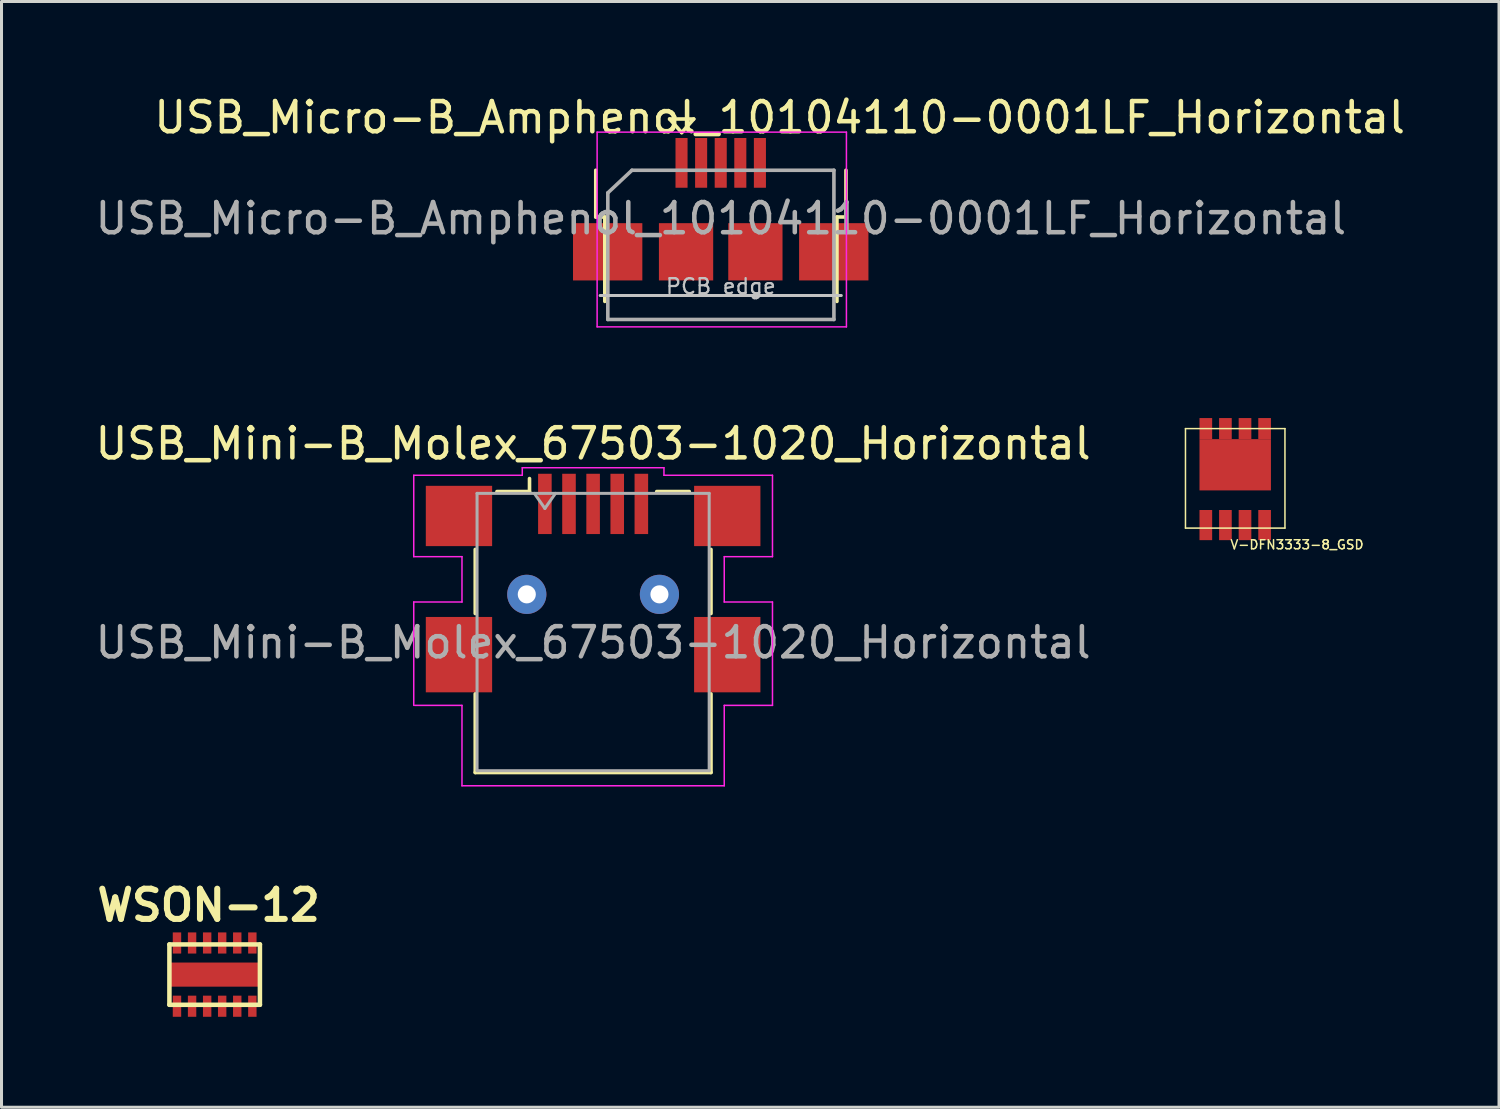
<source format=kicad_pcb>
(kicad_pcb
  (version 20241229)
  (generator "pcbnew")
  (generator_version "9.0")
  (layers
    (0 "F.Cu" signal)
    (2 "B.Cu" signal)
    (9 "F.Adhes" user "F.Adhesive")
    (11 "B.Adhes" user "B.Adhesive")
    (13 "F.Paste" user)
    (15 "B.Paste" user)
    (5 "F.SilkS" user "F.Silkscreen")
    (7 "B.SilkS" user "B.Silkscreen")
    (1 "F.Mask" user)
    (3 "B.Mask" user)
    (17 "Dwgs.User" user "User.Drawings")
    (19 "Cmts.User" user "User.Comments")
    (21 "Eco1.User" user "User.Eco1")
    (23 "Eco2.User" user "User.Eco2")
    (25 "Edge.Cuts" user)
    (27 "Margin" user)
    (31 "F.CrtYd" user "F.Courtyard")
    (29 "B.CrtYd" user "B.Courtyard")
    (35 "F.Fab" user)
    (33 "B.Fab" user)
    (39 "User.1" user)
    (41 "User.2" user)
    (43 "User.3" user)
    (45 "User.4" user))
  (footprint "V-DFN3333-8_GSD"
    (layer "F.Cu")
    (at 37.925 12.818)
    (property "Reference" "V-DFN3333-8_GSD" (at 2.05 2.2 0) (layer "F.SilkS") (effects (font (size 0.3 0.3) (thickness 0.05))))
    (attr through_hole)
    (fp_line (start -1.65 -1.65) (end 1.65 -1.65) (stroke (width 0.05) (type solid)) (layer "F.SilkS"))
    (fp_line (start -1.65 1.65) (end -1.65 -1.65) (stroke (width 0.05) (type solid)) (layer "F.SilkS"))
    (fp_line (start 1.65 -1.65) (end 1.65 1.65) (stroke (width 0.05) (type solid)) (layer "F.SilkS"))
    (fp_line (start 1.65 1.65) (end -1.65 1.65) (stroke (width 0.05) (type solid)) (layer "F.SilkS"))
    (pad "1" smd rect (at 0.975 1.55) (size 0.42 1) (layers "F.Cu" "F.Mask" "F.Paste"))
    (pad "2" smd rect (at -0.975 1.55) (size 0.42 1) (layers "F.Cu" "F.Mask" "F.Paste"))
    (pad "2" smd rect (at -0.325 1.55) (size 0.42 1) (layers "F.Cu" "F.Mask" "F.Paste"))
    (pad "2" smd rect (at 0.325 1.55) (size 0.42 1) (layers "F.Cu" "F.Mask" "F.Paste"))
    (pad "3" smd rect (at -0.975 -1.65) (size 0.42 0.7) (layers "F.Cu" "F.Mask" "F.Paste"))
    (pad "3" smd rect (at -0.325 -1.65) (size 0.42 0.7) (layers "F.Cu" "F.Mask" "F.Paste"))
    (pad "3" smd rect (at 0 -0.45) (size 2.37 1.7) (layers "F.Cu" "F.Mask" "F.Paste"))
    (pad "3" smd rect (at 0.325 -1.65) (size 0.42 0.7) (layers "F.Cu" "F.Mask" "F.Paste"))
    (pad "3" smd rect (at 0.975 -1.65) (size 0.42 0.7) (layers "F.Cu" "F.Mask" "F.Paste")))
  (footprint "WSON-12"
    (layer "F.Cu")
    (at 4.071 29.28)
    (property "Reference" "WSON-12" (at -0.201 -2.301 0) (layer "F.SilkS") (effects (font (size 1.001 1.001) (thickness 0.201))))
    (attr through_hole)
    (fp_line (start -1.501 -1.001) (end 1.501 -1.001) (stroke (width 0.15) (type solid)) (layer "F.SilkS"))
    (fp_line (start -1.501 1.001) (end -1.501 -1.001) (stroke (width 0.15) (type solid)) (layer "F.SilkS"))
    (fp_line (start 1.501 -1.001) (end 1.501 1.001) (stroke (width 0.15) (type solid)) (layer "F.SilkS"))
    (fp_line (start 1.501 1.001) (end -1.501 1.001) (stroke (width 0.15) (type solid)) (layer "F.SilkS"))
    (pad "1" smd rect (at -1.25 1.049) (size 0.279 0.701) (layers "F.Cu" "F.Mask" "F.Paste"))
    (pad "2" smd rect (at -0.749 1.049) (size 0.279 0.701) (layers "F.Cu" "F.Mask" "F.Paste"))
    (pad "3" smd rect (at -0.249 1.049) (size 0.279 0.701) (layers "F.Cu" "F.Mask" "F.Paste"))
    (pad "4" smd rect (at 0.249 1.049) (size 0.279 0.701) (layers "F.Cu" "F.Mask" "F.Paste"))
    (pad "5" smd rect (at 0.749 1.049) (size 0.279 0.701) (layers "F.Cu" "F.Mask" "F.Paste"))
    (pad "6" smd rect (at 0 0) (size 3.099 0.8) (layers "F.Cu" "F.Mask" "F.Paste"))
    (pad "6" smd rect (at 1.25 1.049) (size 0.279 0.701) (layers "F.Cu" "F.Mask" "F.Paste"))
    (pad "7" smd rect (at 1.25 -1.049) (size 0.279 0.701) (layers "F.Cu" "F.Mask" "F.Paste"))
    (pad "8" smd rect (at 0.749 -1.049) (size 0.279 0.701) (layers "F.Cu" "F.Mask" "F.Paste"))
    (pad "9" smd rect (at 0.249 -1.049) (size 0.279 0.701) (layers "F.Cu" "F.Mask" "F.Paste"))
    (pad "10" smd rect (at -0.249 -1.049) (size 0.279 0.701) (layers "F.Cu" "F.Mask" "F.Paste"))
    (pad "11" smd rect (at -0.749 -1.049) (size 0.279 0.701) (layers "F.Cu" "F.Mask" "F.Paste"))
    (pad "12" smd rect (at -1.25 -1.049) (size 0.279 0.701) (layers "F.Cu" "F.Mask" "F.Paste")))
  (footprint "USB_Mini-B_Molex_67503-1020_Horizontal"
    (layer "F.Cu")
    (at 16.625 16.666)
    (property "Reference" "USB_Mini-B_Molex_67503-1020_Horizontal" (at 0 -5 0) (layer "F.SilkS") (effects (font (size 1 1) (thickness 0.15))))
    (attr smd)
    (fp_line (start -3.91 0.635) (end -3.91 -1.49) (stroke (width 0.12) (type solid)) (layer "F.SilkS"))
    (fp_line (start -3.91 5.91) (end -3.91 3.302) (stroke (width 0.12) (type solid)) (layer "F.SilkS"))
    (fp_line (start -3.19 -3.41) (end -2.11 -3.41) (stroke (width 0.12) (type solid)) (layer "F.SilkS"))
    (fp_line (start -2.11 -3.41) (end -2.11 -3.84) (stroke (width 0.12) (type solid)) (layer "F.SilkS"))
    (fp_line (start 2.11 -3.41) (end 3.19 -3.41) (stroke (width 0.12) (type solid)) (layer "F.SilkS"))
    (fp_line (start 3.91 0.635) (end 3.91 -1.49) (stroke (width 0.12) (type solid)) (layer "F.SilkS"))
    (fp_line (start 3.91 5.91) (end -3.91 5.91) (stroke (width 0.12) (type solid)) (layer "F.SilkS"))
    (fp_line (start 3.91 5.91) (end 3.91 3.302) (stroke (width 0.12) (type solid)) (layer "F.SilkS"))
    (fp_line (start -5.95 -3.95) (end -5.95 -1.25) (stroke (width 0.05) (type solid)) (layer "F.CrtYd"))
    (fp_line (start -5.95 -3.95) (end -2.35 -3.95) (stroke (width 0.05) (type solid)) (layer "F.CrtYd"))
    (fp_line (start -5.95 0.254) (end -5.95 3.683) (stroke (width 0.05) (type solid)) (layer "F.CrtYd"))
    (fp_line (start -4.35 -1.25) (end -5.95 -1.25) (stroke (width 0.05) (type solid)) (layer "F.CrtYd"))
    (fp_line (start -4.35 -1.25) (end -4.35 0.254) (stroke (width 0.05) (type solid)) (layer "F.CrtYd"))
    (fp_line (start -4.35 0.254) (end -5.95 0.254) (stroke (width 0.05) (type solid)) (layer "F.CrtYd"))
    (fp_line (start -4.35 3.683) (end -5.918 3.683) (stroke (width 0.05) (type solid)) (layer "F.CrtYd"))
    (fp_line (start -4.35 6.35) (end -4.35 3.683) (stroke (width 0.05) (type solid)) (layer "F.CrtYd"))
    (fp_line (start -4.35 6.35) (end 4.35 6.35) (stroke (width 0.05) (type solid)) (layer "F.CrtYd"))
    (fp_line (start -2.35 -3.95) (end -2.35 -4.2) (stroke (width 0.05) (type solid)) (layer "F.CrtYd"))
    (fp_line (start 2.35 -4.2) (end -2.35 -4.2) (stroke (width 0.05) (type solid)) (layer "F.CrtYd"))
    (fp_line (start 2.35 -3.95) (end 2.35 -4.2) (stroke (width 0.05) (type solid)) (layer "F.CrtYd"))
    (fp_line (start 4.35 -1.25) (end 4.35 0.254) (stroke (width 0.05) (type solid)) (layer "F.CrtYd"))
    (fp_line (start 4.35 -1.25) (end 5.95 -1.25) (stroke (width 0.05) (type solid)) (layer "F.CrtYd"))
    (fp_line (start 4.35 0.254) (end 5.95 0.254) (stroke (width 0.05) (type solid)) (layer "F.CrtYd"))
    (fp_line (start 4.35 3.683) (end 5.95 3.683) (stroke (width 0.05) (type solid)) (layer "F.CrtYd"))
    (fp_line (start 4.35 6.35) (end 4.35 3.683) (stroke (width 0.05) (type solid)) (layer "F.CrtYd"))
    (fp_line (start 5.95 -3.95) (end 2.35 -3.95) (stroke (width 0.05) (type solid)) (layer "F.CrtYd"))
    (fp_line (start 5.95 -3.95) (end 5.95 -1.25) (stroke (width 0.05) (type solid)) (layer "F.CrtYd"))
    (fp_line (start 5.95 0.254) (end 5.95 3.683) (stroke (width 0.05) (type solid)) (layer "F.CrtYd"))
    (fp_line (start -3.85 -3.35) (end -3.85 5.85) (stroke (width 0.1) (type solid)) (layer "F.Fab"))
    (fp_line (start -3.85 -3.35) (end 3.85 -3.35) (stroke (width 0.1) (type solid)) (layer "F.Fab"))
    (fp_line (start -3.85 5.85) (end 3.85 5.85) (stroke (width 0.1) (type solid)) (layer "F.Fab"))
    (fp_line (start -1.95 -3.35) (end -1.6 -2.85) (stroke (width 0.1) (type solid)) (layer "F.Fab"))
    (fp_line (start -1.6 -2.85) (end -1.25 -3.35) (stroke (width 0.1) (type solid)) (layer "F.Fab"))
    (fp_line (start 3.85 5.85) (end 3.85 -3.35) (stroke (width 0.1) (type solid)) (layer "F.Fab"))
    (fp_text user "${REFERENCE}" (at 0 1.6 180) (layer "F.Fab") (effects (font (size 1 1) (thickness 0.15))))
    (pad "" thru_hole circle (at -2.2 0) (size 1.3 1.3) (drill 0.6) (layers "*.Cu" "*.Mask"))
    (pad "" thru_hole circle (at 2.2 0) (size 1.3 1.3) (drill 0.6) (layers "*.Cu" "*.Mask"))
    (pad "1" smd rect (at -1.6 -3) (size 0.45 2) (layers "F.Cu" "F.Mask" "F.Paste"))
    (pad "2" smd rect (at -0.8 -3) (size 0.45 2) (layers "F.Cu" "F.Mask" "F.Paste"))
    (pad "3" smd rect (at 0 -3) (size 0.45 2) (layers "F.Cu" "F.Mask" "F.Paste"))
    (pad "4" smd rect (at 0.8 -3) (size 0.45 2) (layers "F.Cu" "F.Mask" "F.Paste"))
    (pad "5" smd rect (at 1.6 -3) (size 0.45 2) (layers "F.Cu" "F.Mask" "F.Paste"))
    (pad "6" smd rect (at -4.45 -2.6) (size 2.2 2) (layers "F.Cu" "F.Mask" "F.Paste"))
    (pad "6" smd rect (at -4.45 2) (size 2.2 2.5) (layers "F.Cu" "F.Mask" "F.Paste"))
    (pad "6" smd rect (at 4.45 -2.6) (size 2.2 2) (layers "F.Cu" "F.Mask" "F.Paste"))
    (pad "6" smd rect (at 4.45 2) (size 2.2 2.5) (layers "F.Cu" "F.Mask" "F.Paste")))
  (footprint "USB_Micro-B_Amphenol_10104110-0001LF_Horizontal"
    (layer "F.Cu")
    (at 20.858 1.753)
    (property "Reference" "USB_Micro-B_Amphenol_10104110-0001LF_Horizontal" (at 1.955 -0.905 0) (layer "F.SilkS") (effects (font (size 1 1) (thickness 0.15))))
    (attr smd)
    (fp_line (start -4.145 2.395) (end -4.145 0.845) (stroke (width 0.12) (type solid)) (layer "F.SilkS"))
    (fp_line (start -4.145 2.395) (end -3.845 2.395) (stroke (width 0.12) (type solid)) (layer "F.SilkS"))
    (fp_line (start -3.845 5.195) (end -3.845 2.395) (stroke (width 0.12) (type solid)) (layer "F.SilkS"))
    (fp_line (start -1.695 -0.855) (end -0.895 -0.855) (stroke (width 0.12) (type solid)) (layer "F.SilkS"))
    (fp_line (start -1.295 -0.405) (end -1.695 -0.855) (stroke (width 0.12) (type solid)) (layer "F.SilkS"))
    (fp_line (start -0.895 -0.855) (end -1.295 -0.405) (stroke (width 0.12) (type solid)) (layer "F.SilkS"))
    (fp_line (start 3.855 2.395) (end 4.155 2.395) (stroke (width 0.12) (type solid)) (layer "F.SilkS"))
    (fp_line (start 3.855 5.195) (end 3.855 2.395) (stroke (width 0.12) (type solid)) (layer "F.SilkS"))
    (fp_line (start 4.155 2.395) (end 4.155 0.845) (stroke (width 0.12) (type solid)) (layer "F.SilkS"))
    (fp_line (start -4 5) (end 4 5) (stroke (width 0.1) (type solid)) (layer "Dwgs.User"))
    (fp_line (start -4.1 -0.42) (end -4.1 6.04) (stroke (width 0.05) (type solid)) (layer "F.CrtYd"))
    (fp_line (start -4.1 -0.42) (end 4.17 -0.42) (stroke (width 0.05) (type solid)) (layer "F.CrtYd"))
    (fp_line (start 4.17 6.04) (end -4.1 6.04) (stroke (width 0.05) (type solid)) (layer "F.CrtYd"))
    (fp_line (start 4.17 6.04) (end 4.17 -0.42) (stroke (width 0.05) (type solid)) (layer "F.CrtYd"))
    (fp_line (start -3.745 1.595) (end -2.945 0.845) (stroke (width 0.12) (type solid)) (layer "F.Fab"))
    (fp_line (start -3.745 5.795) (end -3.745 1.595) (stroke (width 0.12) (type solid)) (layer "F.Fab"))
    (fp_line (start -2.945 0.845) (end 3.755 0.845) (stroke (width 0.12) (type solid)) (layer "F.Fab"))
    (fp_line (start 3.755 0.845) (end 3.755 5.795) (stroke (width 0.12) (type solid)) (layer "F.Fab"))
    (fp_line (start 3.755 5.795) (end -3.745 5.795) (stroke (width 0.12) (type solid)) (layer "F.Fab"))
    (fp_text user "PCB edge" (at 0.005 4.695 0) (layer "Dwgs.User") (effects (font (size 0.5 0.5) (thickness 0.075))))
    (fp_text user "${REFERENCE}" (at 0.005 2.445 0) (layer "F.Fab") (effects (font (size 1 1) (thickness 0.15))))
    (pad "1" smd rect (at -1.3 0.6 90) (size 1.65 0.4) (layers "F.Cu" "F.Mask" "F.Paste"))
    (pad "2" smd rect (at -0.65 0.6 90) (size 1.65 0.4) (layers "F.Cu" "F.Mask" "F.Paste"))
    (pad "3" smd rect (at 0 0.6 90) (size 1.65 0.4) (layers "F.Cu" "F.Mask" "F.Paste"))
    (pad "4" smd rect (at 0.65 0.6 90) (size 1.65 0.4) (layers "F.Cu" "F.Mask" "F.Paste"))
    (pad "5" smd rect (at 1.3 0.6 90) (size 1.65 0.4) (layers "F.Cu" "F.Mask" "F.Paste"))
    (pad "6" smd rect (at -3.75 3.55) (size 2.3 1.9) (layers "F.Cu" "F.Mask" "F.Paste"))
    (pad "6" smd rect (at -1.15 3.55 90) (size 1.9 1.8) (layers "F.Cu" "F.Mask" "F.Paste"))
    (pad "6" smd rect (at 1.15 3.55 90) (size 1.9 1.8) (layers "F.Cu" "F.Mask" "F.Paste"))
    (pad "6" smd rect (at 3.75 3.55) (size 2.3 1.9) (layers "F.Cu" "F.Mask" "F.Paste")))
  (gr_rect
    (start -3 -3)
    (end 46.676 33.68)
    (stroke (width 0.1) (type default))
    (fill no)
    (layer "Edge.Cuts")))
</source>
